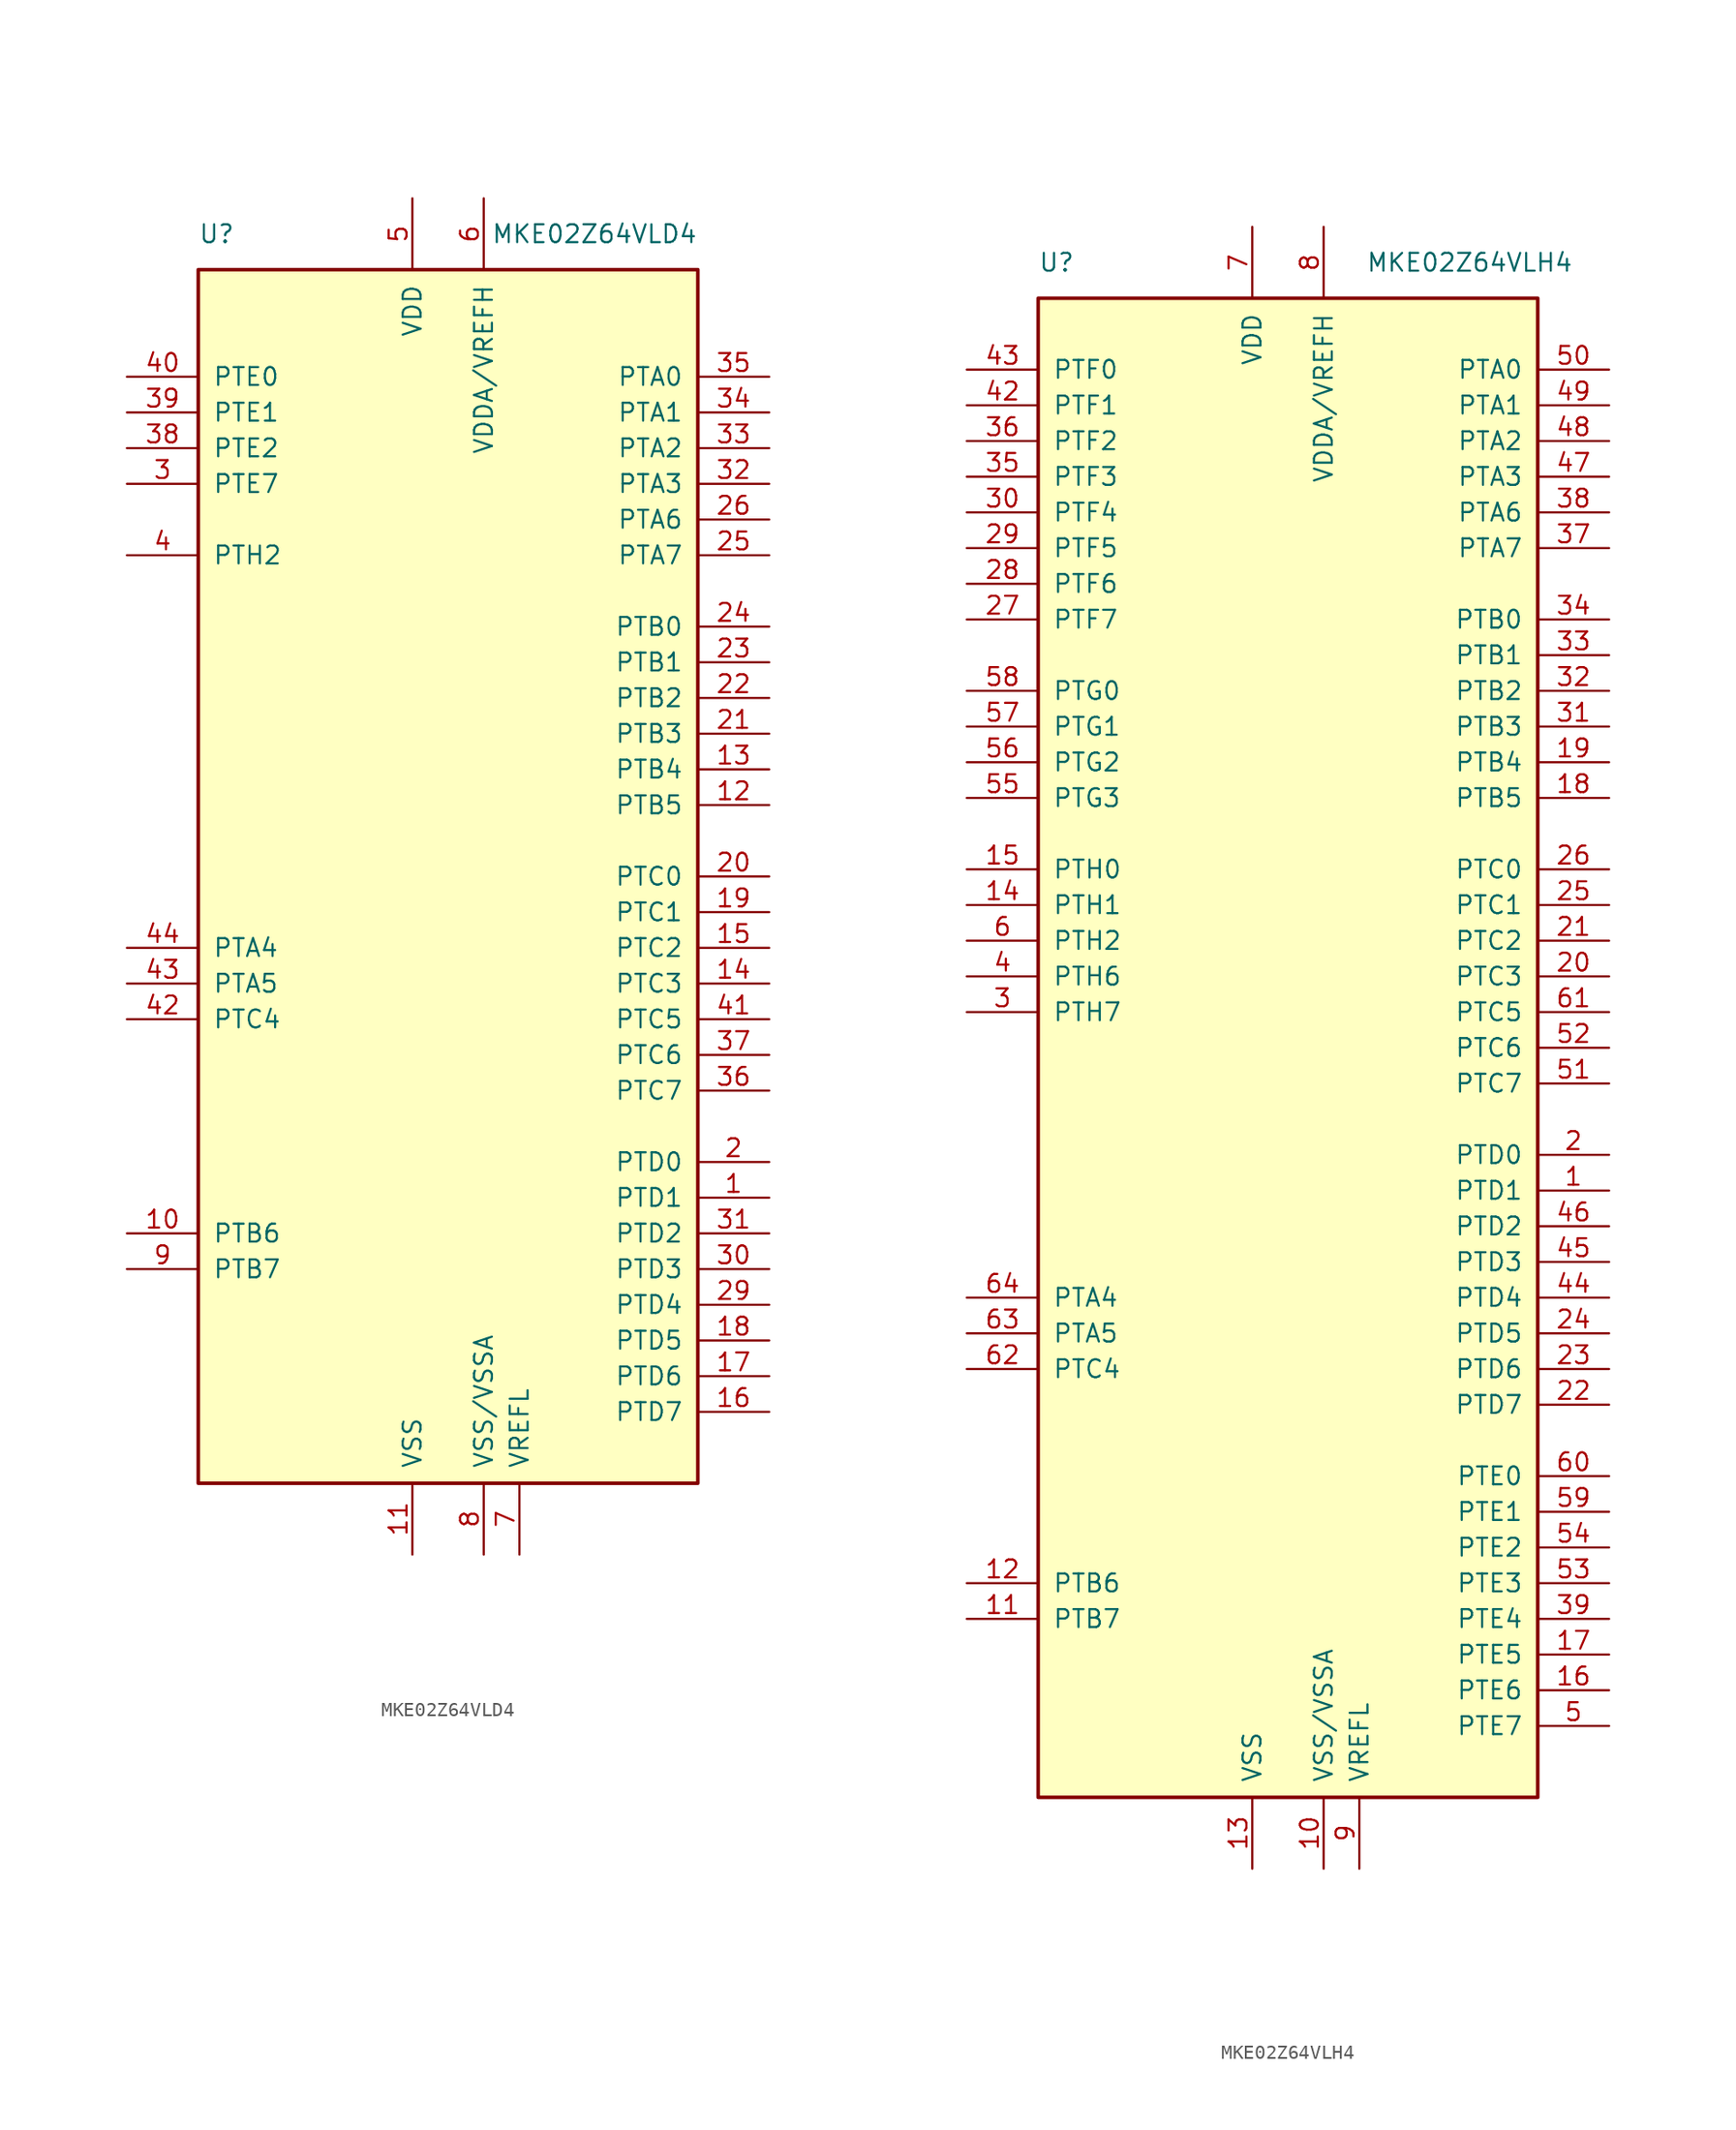
<source format=kicad_sym>
(kicad_symbol_lib
  (version 20231120)
  (generator "kicad_symbol_editor")
  (generator_version "8.0")
  (symbol "MKE02Z64VLD4"
    (pin_names
      (offset 1.016))
    (property "Reference" "U"
      (at -17.78 45.72 0)
      (effects (font (size 1.27 1.27)) (justify left)))
    (property "Value" "MKE02Z64VLD4"
      (at 17.78 45.72 0)
      (effects (font (size 1.27 1.27)) (justify right)))
    (symbol "MKE02Z64VLD4_0_1"
      (rectangle (start -17.78 43.18) (end 17.78 -43.18) (stroke (width 0.254) (type default)) (fill (type background))))
    (symbol "MKE02Z64VLD4_1_1"
      (pin bidirectional line (at 22.86 -22.86 180) (length 5.08) (name "PTD1" (effects (font (size 1.27 1.27)))) (number "1" (effects (font (size 1.27 1.27)))))
      (pin bidirectional line (at -22.86 -25.4 0) (length 5.08) (name "PTB6" (effects (font (size 1.27 1.27)))) (number "10" (effects (font (size 1.27 1.27)))))
      (pin power_in line (at -2.54 -48.26 90) (length 5.08) (name "VSS" (effects (font (size 1.27 1.27)))) (number "11" (effects (font (size 1.27 1.27)))))
      (pin bidirectional line (at 22.86 5.08 180) (length 5.08) (name "PTB5" (effects (font (size 1.27 1.27)))) (number "12" (effects (font (size 1.27 1.27)))))
      (pin bidirectional line (at 22.86 7.62 180) (length 5.08) (name "PTB4" (effects (font (size 1.27 1.27)))) (number "13" (effects (font (size 1.27 1.27)))))
      (pin bidirectional line (at 22.86 -7.62 180) (length 5.08) (name "PTC3" (effects (font (size 1.27 1.27)))) (number "14" (effects (font (size 1.27 1.27)))))
      (pin bidirectional line (at 22.86 -5.08 180) (length 5.08) (name "PTC2" (effects (font (size 1.27 1.27)))) (number "15" (effects (font (size 1.27 1.27)))))
      (pin bidirectional line (at 22.86 -38.1 180) (length 5.08) (name "PTD7" (effects (font (size 1.27 1.27)))) (number "16" (effects (font (size 1.27 1.27)))))
      (pin bidirectional line (at 22.86 -35.56 180) (length 5.08) (name "PTD6" (effects (font (size 1.27 1.27)))) (number "17" (effects (font (size 1.27 1.27)))))
      (pin bidirectional line (at 22.86 -33.02 180) (length 5.08) (name "PTD5" (effects (font (size 1.27 1.27)))) (number "18" (effects (font (size 1.27 1.27)))))
      (pin bidirectional line (at 22.86 -2.54 180) (length 5.08) (name "PTC1" (effects (font (size 1.27 1.27)))) (number "19" (effects (font (size 1.27 1.27)))))
      (pin bidirectional line (at 22.86 -20.32 180) (length 5.08) (name "PTD0" (effects (font (size 1.27 1.27)))) (number "2" (effects (font (size 1.27 1.27)))))
      (pin bidirectional line (at 22.86 0 180) (length 5.08) (name "PTC0" (effects (font (size 1.27 1.27)))) (number "20" (effects (font (size 1.27 1.27)))))
      (pin bidirectional line (at 22.86 10.16 180) (length 5.08) (name "PTB3" (effects (font (size 1.27 1.27)))) (number "21" (effects (font (size 1.27 1.27)))))
      (pin bidirectional line (at 22.86 12.7 180) (length 5.08) (name "PTB2" (effects (font (size 1.27 1.27)))) (number "22" (effects (font (size 1.27 1.27)))))
      (pin bidirectional line (at 22.86 15.24 180) (length 5.08) (name "PTB1" (effects (font (size 1.27 1.27)))) (number "23" (effects (font (size 1.27 1.27)))))
      (pin bidirectional line (at 22.86 17.78 180) (length 5.08) (name "PTB0" (effects (font (size 1.27 1.27)))) (number "24" (effects (font (size 1.27 1.27)))))
      (pin bidirectional line (at 22.86 22.86 180) (length 5.08) (name "PTA7" (effects (font (size 1.27 1.27)))) (number "25" (effects (font (size 1.27 1.27)))))
      (pin bidirectional line (at 22.86 25.4 180) (length 5.08) (name "PTA6" (effects (font (size 1.27 1.27)))) (number "26" (effects (font (size 1.27 1.27)))))
      (pin passive line (at -2.54 -48.26 90) (length 5.08) hide (name "VSS" (effects (font (size 1.27 1.27)))) (number "27" (effects (font (size 1.27 1.27)))))
      (pin passive line (at -2.54 48.26 270) (length 5.08) hide (name "VDD" (effects (font (size 1.27 1.27)))) (number "28" (effects (font (size 1.27 1.27)))))
      (pin bidirectional line (at 22.86 -30.48 180) (length 5.08) (name "PTD4" (effects (font (size 1.27 1.27)))) (number "29" (effects (font (size 1.27 1.27)))))
      (pin bidirectional line (at -22.86 27.94 0) (length 5.08) (name "PTE7" (effects (font (size 1.27 1.27)))) (number "3" (effects (font (size 1.27 1.27)))))
      (pin bidirectional line (at 22.86 -27.94 180) (length 5.08) (name "PTD3" (effects (font (size 1.27 1.27)))) (number "30" (effects (font (size 1.27 1.27)))))
      (pin bidirectional line (at 22.86 -25.4 180) (length 5.08) (name "PTD2" (effects (font (size 1.27 1.27)))) (number "31" (effects (font (size 1.27 1.27)))))
      (pin bidirectional line (at 22.86 27.94 180) (length 5.08) (name "PTA3" (effects (font (size 1.27 1.27)))) (number "32" (effects (font (size 1.27 1.27)))))
      (pin bidirectional line (at 22.86 30.48 180) (length 5.08) (name "PTA2" (effects (font (size 1.27 1.27)))) (number "33" (effects (font (size 1.27 1.27)))))
      (pin bidirectional line (at 22.86 33.02 180) (length 5.08) (name "PTA1" (effects (font (size 1.27 1.27)))) (number "34" (effects (font (size 1.27 1.27)))))
      (pin bidirectional line (at 22.86 35.56 180) (length 5.08) (name "PTA0" (effects (font (size 1.27 1.27)))) (number "35" (effects (font (size 1.27 1.27)))))
      (pin bidirectional line (at 22.86 -15.24 180) (length 5.08) (name "PTC7" (effects (font (size 1.27 1.27)))) (number "36" (effects (font (size 1.27 1.27)))))
      (pin bidirectional line (at 22.86 -12.7 180) (length 5.08) (name "PTC6" (effects (font (size 1.27 1.27)))) (number "37" (effects (font (size 1.27 1.27)))))
      (pin bidirectional line (at -22.86 30.48 0) (length 5.08) (name "PTE2" (effects (font (size 1.27 1.27)))) (number "38" (effects (font (size 1.27 1.27)))))
      (pin bidirectional line (at -22.86 33.02 0) (length 5.08) (name "PTE1" (effects (font (size 1.27 1.27)))) (number "39" (effects (font (size 1.27 1.27)))))
      (pin bidirectional line (at -22.86 22.86 0) (length 5.08) (name "PTH2" (effects (font (size 1.27 1.27)))) (number "4" (effects (font (size 1.27 1.27)))))
      (pin bidirectional line (at -22.86 35.56 0) (length 5.08) (name "PTE0" (effects (font (size 1.27 1.27)))) (number "40" (effects (font (size 1.27 1.27)))))
      (pin bidirectional line (at 22.86 -10.16 180) (length 5.08) (name "PTC5" (effects (font (size 1.27 1.27)))) (number "41" (effects (font (size 1.27 1.27)))))
      (pin bidirectional line (at -22.86 -10.16 0) (length 5.08) (name "PTC4" (effects (font (size 1.27 1.27)))) (number "42" (effects (font (size 1.27 1.27)))))
      (pin bidirectional line (at -22.86 -7.62 0) (length 5.08) (name "PTA5" (effects (font (size 1.27 1.27)))) (number "43" (effects (font (size 1.27 1.27)))))
      (pin bidirectional line (at -22.86 -5.08 0) (length 5.08) (name "PTA4" (effects (font (size 1.27 1.27)))) (number "44" (effects (font (size 1.27 1.27)))))
      (pin power_in line (at -2.54 48.26 270) (length 5.08) (name "VDD" (effects (font (size 1.27 1.27)))) (number "5" (effects (font (size 1.27 1.27)))))
      (pin power_in line (at 2.54 48.26 270) (length 5.08) (name "VDDA/VREFH" (effects (font (size 1.27 1.27)))) (number "6" (effects (font (size 1.27 1.27)))))
      (pin power_in line (at 5.08 -48.26 90) (length 5.08) (name "VREFL" (effects (font (size 1.27 1.27)))) (number "7" (effects (font (size 1.27 1.27)))))
      (pin power_in line (at 2.54 -48.26 90) (length 5.08) (name "VSS/VSSA" (effects (font (size 1.27 1.27)))) (number "8" (effects (font (size 1.27 1.27)))))
      (pin bidirectional line (at -22.86 -27.94 0) (length 5.08) (name "PTB7" (effects (font (size 1.27 1.27)))) (number "9" (effects (font (size 1.27 1.27)))))))
  (symbol "MKE02Z64VLH4"
    (pin_names
      (offset 1.016))
    (property "Reference" "U"
      (at -17.78 55.88 0)
      (effects (font (size 1.27 1.27)) (justify left)))
    (property "Value" "MKE02Z64VLH4"
      (at 20.32 55.88 0)
      (effects (font (size 1.27 1.27)) (justify right)))
    (symbol "MKE02Z64VLH4_0_1"
      (rectangle (start -17.78 53.34) (end 17.78 -53.34) (stroke (width 0.254) (type default)) (fill (type background))))
    (symbol "MKE02Z64VLH4_1_1"
      (pin bidirectional line (at 22.86 -10.16 180) (length 5.08) (name "PTD1" (effects (font (size 1.27 1.27)))) (number "1" (effects (font (size 1.27 1.27)))))
      (pin power_in line (at 2.54 -58.42 90) (length 5.08) (name "VSS/VSSA" (effects (font (size 1.27 1.27)))) (number "10" (effects (font (size 1.27 1.27)))))
      (pin bidirectional line (at -22.86 -40.64 0) (length 5.08) (name "PTB7" (effects (font (size 1.27 1.27)))) (number "11" (effects (font (size 1.27 1.27)))))
      (pin bidirectional line (at -22.86 -38.1 0) (length 5.08) (name "PTB6" (effects (font (size 1.27 1.27)))) (number "12" (effects (font (size 1.27 1.27)))))
      (pin power_in line (at -2.54 -58.42 90) (length 5.08) (name "VSS" (effects (font (size 1.27 1.27)))) (number "13" (effects (font (size 1.27 1.27)))))
      (pin bidirectional line (at -22.86 10.16 0) (length 5.08) (name "PTH1" (effects (font (size 1.27 1.27)))) (number "14" (effects (font (size 1.27 1.27)))))
      (pin bidirectional line (at -22.86 12.7 0) (length 5.08) (name "PTH0" (effects (font (size 1.27 1.27)))) (number "15" (effects (font (size 1.27 1.27)))))
      (pin bidirectional line (at 22.86 -45.72 180) (length 5.08) (name "PTE6" (effects (font (size 1.27 1.27)))) (number "16" (effects (font (size 1.27 1.27)))))
      (pin bidirectional line (at 22.86 -43.18 180) (length 5.08) (name "PTE5" (effects (font (size 1.27 1.27)))) (number "17" (effects (font (size 1.27 1.27)))))
      (pin bidirectional line (at 22.86 17.78 180) (length 5.08) (name "PTB5" (effects (font (size 1.27 1.27)))) (number "18" (effects (font (size 1.27 1.27)))))
      (pin bidirectional line (at 22.86 20.32 180) (length 5.08) (name "PTB4" (effects (font (size 1.27 1.27)))) (number "19" (effects (font (size 1.27 1.27)))))
      (pin bidirectional line (at 22.86 -7.62 180) (length 5.08) (name "PTD0" (effects (font (size 1.27 1.27)))) (number "2" (effects (font (size 1.27 1.27)))))
      (pin bidirectional line (at 22.86 5.08 180) (length 5.08) (name "PTC3" (effects (font (size 1.27 1.27)))) (number "20" (effects (font (size 1.27 1.27)))))
      (pin bidirectional line (at 22.86 7.62 180) (length 5.08) (name "PTC2" (effects (font (size 1.27 1.27)))) (number "21" (effects (font (size 1.27 1.27)))))
      (pin bidirectional line (at 22.86 -25.4 180) (length 5.08) (name "PTD7" (effects (font (size 1.27 1.27)))) (number "22" (effects (font (size 1.27 1.27)))))
      (pin bidirectional line (at 22.86 -22.86 180) (length 5.08) (name "PTD6" (effects (font (size 1.27 1.27)))) (number "23" (effects (font (size 1.27 1.27)))))
      (pin bidirectional line (at 22.86 -20.32 180) (length 5.08) (name "PTD5" (effects (font (size 1.27 1.27)))) (number "24" (effects (font (size 1.27 1.27)))))
      (pin bidirectional line (at 22.86 10.16 180) (length 5.08) (name "PTC1" (effects (font (size 1.27 1.27)))) (number "25" (effects (font (size 1.27 1.27)))))
      (pin bidirectional line (at 22.86 12.7 180) (length 5.08) (name "PTC0" (effects (font (size 1.27 1.27)))) (number "26" (effects (font (size 1.27 1.27)))))
      (pin bidirectional line (at -22.86 30.48 0) (length 5.08) (name "PTF7" (effects (font (size 1.27 1.27)))) (number "27" (effects (font (size 1.27 1.27)))))
      (pin bidirectional line (at -22.86 33.02 0) (length 5.08) (name "PTF6" (effects (font (size 1.27 1.27)))) (number "28" (effects (font (size 1.27 1.27)))))
      (pin bidirectional line (at -22.86 35.56 0) (length 5.08) (name "PTF5" (effects (font (size 1.27 1.27)))) (number "29" (effects (font (size 1.27 1.27)))))
      (pin bidirectional line (at -22.86 2.54 0) (length 5.08) (name "PTH7" (effects (font (size 1.27 1.27)))) (number "3" (effects (font (size 1.27 1.27)))))
      (pin bidirectional line (at -22.86 38.1 0) (length 5.08) (name "PTF4" (effects (font (size 1.27 1.27)))) (number "30" (effects (font (size 1.27 1.27)))))
      (pin bidirectional line (at 22.86 22.86 180) (length 5.08) (name "PTB3" (effects (font (size 1.27 1.27)))) (number "31" (effects (font (size 1.27 1.27)))))
      (pin bidirectional line (at 22.86 25.4 180) (length 5.08) (name "PTB2" (effects (font (size 1.27 1.27)))) (number "32" (effects (font (size 1.27 1.27)))))
      (pin bidirectional line (at 22.86 27.94 180) (length 5.08) (name "PTB1" (effects (font (size 1.27 1.27)))) (number "33" (effects (font (size 1.27 1.27)))))
      (pin bidirectional line (at 22.86 30.48 180) (length 5.08) (name "PTB0" (effects (font (size 1.27 1.27)))) (number "34" (effects (font (size 1.27 1.27)))))
      (pin bidirectional line (at -22.86 40.64 0) (length 5.08) (name "PTF3" (effects (font (size 1.27 1.27)))) (number "35" (effects (font (size 1.27 1.27)))))
      (pin bidirectional line (at -22.86 43.18 0) (length 5.08) (name "PTF2" (effects (font (size 1.27 1.27)))) (number "36" (effects (font (size 1.27 1.27)))))
      (pin bidirectional line (at 22.86 35.56 180) (length 5.08) (name "PTA7" (effects (font (size 1.27 1.27)))) (number "37" (effects (font (size 1.27 1.27)))))
      (pin bidirectional line (at 22.86 38.1 180) (length 5.08) (name "PTA6" (effects (font (size 1.27 1.27)))) (number "38" (effects (font (size 1.27 1.27)))))
      (pin bidirectional line (at 22.86 -40.64 180) (length 5.08) (name "PTE4" (effects (font (size 1.27 1.27)))) (number "39" (effects (font (size 1.27 1.27)))))
      (pin bidirectional line (at -22.86 5.08 0) (length 5.08) (name "PTH6" (effects (font (size 1.27 1.27)))) (number "4" (effects (font (size 1.27 1.27)))))
      (pin passive line (at -2.54 -58.42 90) (length 5.08) hide (name "VSS" (effects (font (size 1.27 1.27)))) (number "40" (effects (font (size 1.27 1.27)))))
      (pin passive line (at -2.54 58.42 270) (length 5.08) hide (name "VDD" (effects (font (size 1.27 1.27)))) (number "41" (effects (font (size 1.27 1.27)))))
      (pin bidirectional line (at -22.86 45.72 0) (length 5.08) (name "PTF1" (effects (font (size 1.27 1.27)))) (number "42" (effects (font (size 1.27 1.27)))))
      (pin bidirectional line (at -22.86 48.26 0) (length 5.08) (name "PTF0" (effects (font (size 1.27 1.27)))) (number "43" (effects (font (size 1.27 1.27)))))
      (pin bidirectional line (at 22.86 -17.78 180) (length 5.08) (name "PTD4" (effects (font (size 1.27 1.27)))) (number "44" (effects (font (size 1.27 1.27)))))
      (pin bidirectional line (at 22.86 -15.24 180) (length 5.08) (name "PTD3" (effects (font (size 1.27 1.27)))) (number "45" (effects (font (size 1.27 1.27)))))
      (pin bidirectional line (at 22.86 -12.7 180) (length 5.08) (name "PTD2" (effects (font (size 1.27 1.27)))) (number "46" (effects (font (size 1.27 1.27)))))
      (pin bidirectional line (at 22.86 40.64 180) (length 5.08) (name "PTA3" (effects (font (size 1.27 1.27)))) (number "47" (effects (font (size 1.27 1.27)))))
      (pin bidirectional line (at 22.86 43.18 180) (length 5.08) (name "PTA2" (effects (font (size 1.27 1.27)))) (number "48" (effects (font (size 1.27 1.27)))))
      (pin bidirectional line (at 22.86 45.72 180) (length 5.08) (name "PTA1" (effects (font (size 1.27 1.27)))) (number "49" (effects (font (size 1.27 1.27)))))
      (pin bidirectional line (at 22.86 -48.26 180) (length 5.08) (name "PTE7" (effects (font (size 1.27 1.27)))) (number "5" (effects (font (size 1.27 1.27)))))
      (pin bidirectional line (at 22.86 48.26 180) (length 5.08) (name "PTA0" (effects (font (size 1.27 1.27)))) (number "50" (effects (font (size 1.27 1.27)))))
      (pin bidirectional line (at 22.86 -2.54 180) (length 5.08) (name "PTC7" (effects (font (size 1.27 1.27)))) (number "51" (effects (font (size 1.27 1.27)))))
      (pin bidirectional line (at 22.86 0 180) (length 5.08) (name "PTC6" (effects (font (size 1.27 1.27)))) (number "52" (effects (font (size 1.27 1.27)))))
      (pin bidirectional line (at 22.86 -38.1 180) (length 5.08) (name "PTE3" (effects (font (size 1.27 1.27)))) (number "53" (effects (font (size 1.27 1.27)))))
      (pin bidirectional line (at 22.86 -35.56 180) (length 5.08) (name "PTE2" (effects (font (size 1.27 1.27)))) (number "54" (effects (font (size 1.27 1.27)))))
      (pin bidirectional line (at -22.86 17.78 0) (length 5.08) (name "PTG3" (effects (font (size 1.27 1.27)))) (number "55" (effects (font (size 1.27 1.27)))))
      (pin bidirectional line (at -22.86 20.32 0) (length 5.08) (name "PTG2" (effects (font (size 1.27 1.27)))) (number "56" (effects (font (size 1.27 1.27)))))
      (pin bidirectional line (at -22.86 22.86 0) (length 5.08) (name "PTG1" (effects (font (size 1.27 1.27)))) (number "57" (effects (font (size 1.27 1.27)))))
      (pin bidirectional line (at -22.86 25.4 0) (length 5.08) (name "PTG0" (effects (font (size 1.27 1.27)))) (number "58" (effects (font (size 1.27 1.27)))))
      (pin bidirectional line (at 22.86 -33.02 180) (length 5.08) (name "PTE1" (effects (font (size 1.27 1.27)))) (number "59" (effects (font (size 1.27 1.27)))))
      (pin bidirectional line (at -22.86 7.62 0) (length 5.08) (name "PTH2" (effects (font (size 1.27 1.27)))) (number "6" (effects (font (size 1.27 1.27)))))
      (pin bidirectional line (at 22.86 -30.48 180) (length 5.08) (name "PTE0" (effects (font (size 1.27 1.27)))) (number "60" (effects (font (size 1.27 1.27)))))
      (pin bidirectional line (at 22.86 2.54 180) (length 5.08) (name "PTC5" (effects (font (size 1.27 1.27)))) (number "61" (effects (font (size 1.27 1.27)))))
      (pin bidirectional line (at -22.86 -22.86 0) (length 5.08) (name "PTC4" (effects (font (size 1.27 1.27)))) (number "62" (effects (font (size 1.27 1.27)))))
      (pin bidirectional line (at -22.86 -20.32 0) (length 5.08) (name "PTA5" (effects (font (size 1.27 1.27)))) (number "63" (effects (font (size 1.27 1.27)))))
      (pin bidirectional line (at -22.86 -17.78 0) (length 5.08) (name "PTA4" (effects (font (size 1.27 1.27)))) (number "64" (effects (font (size 1.27 1.27)))))
      (pin power_in line (at -2.54 58.42 270) (length 5.08) (name "VDD" (effects (font (size 1.27 1.27)))) (number "7" (effects (font (size 1.27 1.27)))))
      (pin power_in line (at 2.54 58.42 270) (length 5.08) (name "VDDA/VREFH" (effects (font (size 1.27 1.27)))) (number "8" (effects (font (size 1.27 1.27)))))
      (pin power_in line (at 5.08 -58.42 90) (length 5.08) (name "VREFL" (effects (font (size 1.27 1.27)))) (number "9" (effects (font (size 1.27 1.27))))))))
</source>
